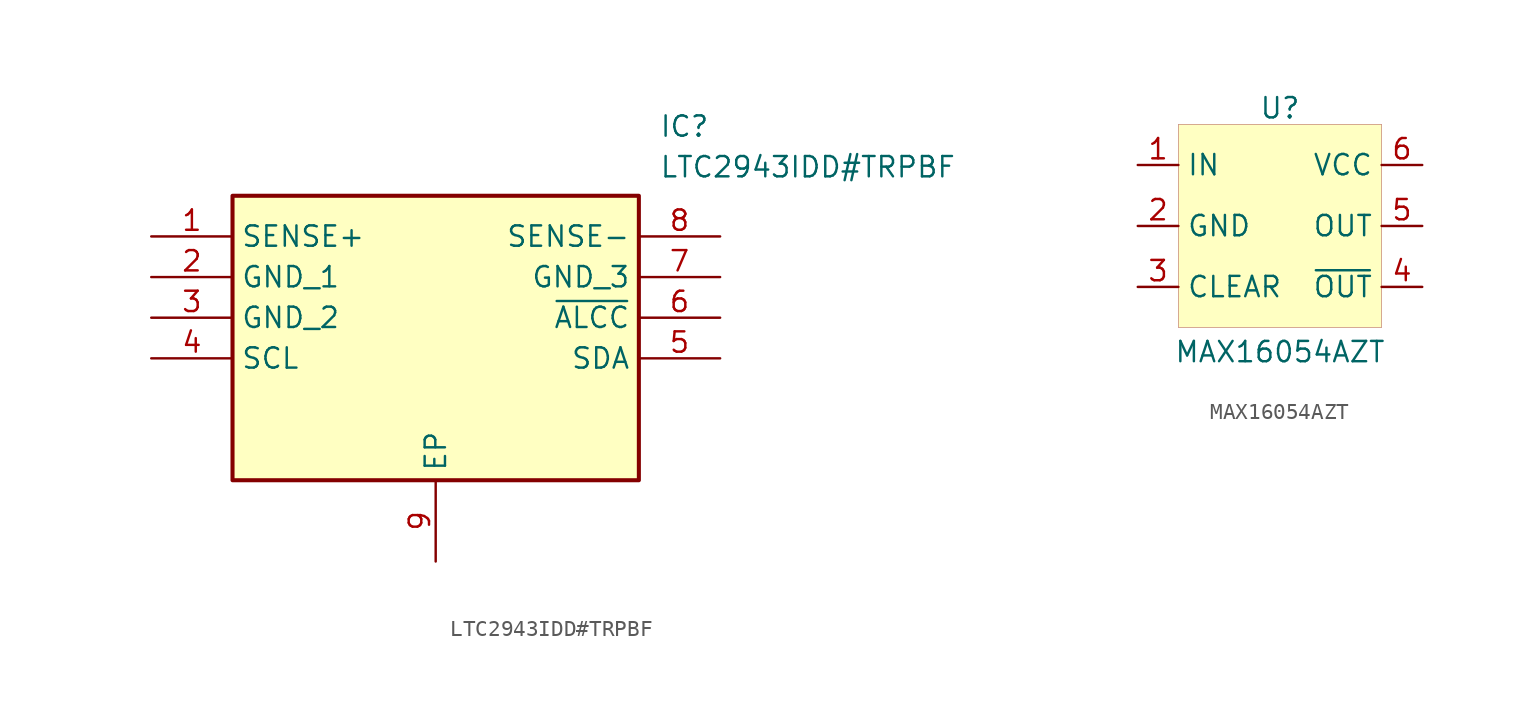
<source format=kicad_sym>
(kicad_symbol_lib
  (version 20240819)
  (generator "kicad_symbol_editor")
  (generator_version "8.99")
  (symbol "LTC2943IDD#TRPBF"
    (property "Reference" "IC"
      (at 13.97 13.97 0)
      (effects (font (size 1.27 1.27)) (justify left top)))
    (property "Value" "LTC2943IDD#TRPBF"
      (at 13.97 11.43 0)
      (effects (font (size 1.27 1.27)) (justify left top)))
    (symbol "LTC2943IDD#TRPBF_1_1"
      (rectangle (start -12.7 8.89) (end 12.7 -8.89) (stroke (width 0.254) (type default)) (fill (type background)))
      (pin passive line (at -17.78 6.35 0) (length 5.08) (name "SENSE+" (effects (font (size 1.27 1.27)))) (number "1" (effects (font (size 1.27 1.27)))))
      (pin passive line (at -17.78 3.81 0) (length 5.08) (name "GND_1" (effects (font (size 1.27 1.27)))) (number "2" (effects (font (size 1.27 1.27)))))
      (pin passive line (at -17.78 1.27 0) (length 5.08) (name "GND_2" (effects (font (size 1.27 1.27)))) (number "3" (effects (font (size 1.27 1.27)))))
      (pin passive line (at -17.78 -1.27 0) (length 5.08) (name "SCL" (effects (font (size 1.27 1.27)))) (number "4" (effects (font (size 1.27 1.27)))))
      (pin passive line (at 0 -13.97 90) (length 5.08) (name "EP" (effects (font (size 1.27 1.27)))) (number "9" (effects (font (size 1.27 1.27)))))
      (pin passive line (at 17.78 6.35 180) (length 5.08) (name "SENSE-" (effects (font (size 1.27 1.27)))) (number "8" (effects (font (size 1.27 1.27)))))
      (pin passive line (at 17.78 3.81 180) (length 5.08) (name "GND_3" (effects (font (size 1.27 1.27)))) (number "7" (effects (font (size 1.27 1.27)))))
      (pin passive line (at 17.78 1.27 180) (length 5.08) (name "~{ALCC}" (effects (font (size 1.27 1.27)))) (number "6" (effects (font (size 1.27 1.27)))))
      (pin passive line (at 17.78 -1.27 180) (length 5.08) (name "SDA" (effects (font (size 1.27 1.27)))) (number "5" (effects (font (size 1.27 1.27)))))))
  (symbol "MAX16054AZT"
    (property "Reference" "U"
      (at 0 7.366 0)
      (effects (font (size 1.27 1.27))))
    (property "Value" "MAX16054AZT"
      (at 0 -7.874 0)
      (effects (font (size 1.27 1.27))))
    (symbol "MAX16054AZT_0_1"
      (rectangle (start -6.35 6.35) (end 6.35 -6.35) (stroke (width 0.001) (type default)) (fill (type background))))
    (symbol "MAX16054AZT_1_1"
      (pin input line (at -8.89 3.81 0) (length 2.54) (name "IN" (effects (font (size 1.27 1.27)))) (number "1" (effects (font (size 1.27 1.27)))))
      (pin power_out line (at -8.89 0 0) (length 2.54) (name "GND" (effects (font (size 1.27 1.27)))) (number "2" (effects (font (size 1.27 1.27)))))
      (pin input line (at -8.89 -3.81 0) (length 2.54) (name "CLEAR" (effects (font (size 1.27 1.27)))) (number "3" (effects (font (size 1.27 1.27)))))
      (pin power_in line (at 8.89 3.81 180) (length 2.54) (name "VCC" (effects (font (size 1.27 1.27)))) (number "6" (effects (font (size 1.27 1.27)))))
      (pin output line (at 8.89 0 180) (length 2.54) (name "OUT" (effects (font (size 1.27 1.27)))) (number "5" (effects (font (size 1.27 1.27)))))
      (pin output line (at 8.89 -3.81 180) (length 2.54) (name "~{OUT}" (effects (font (size 1.27 1.27)))) (number "4" (effects (font (size 1.27 1.27))))))))
</source>
